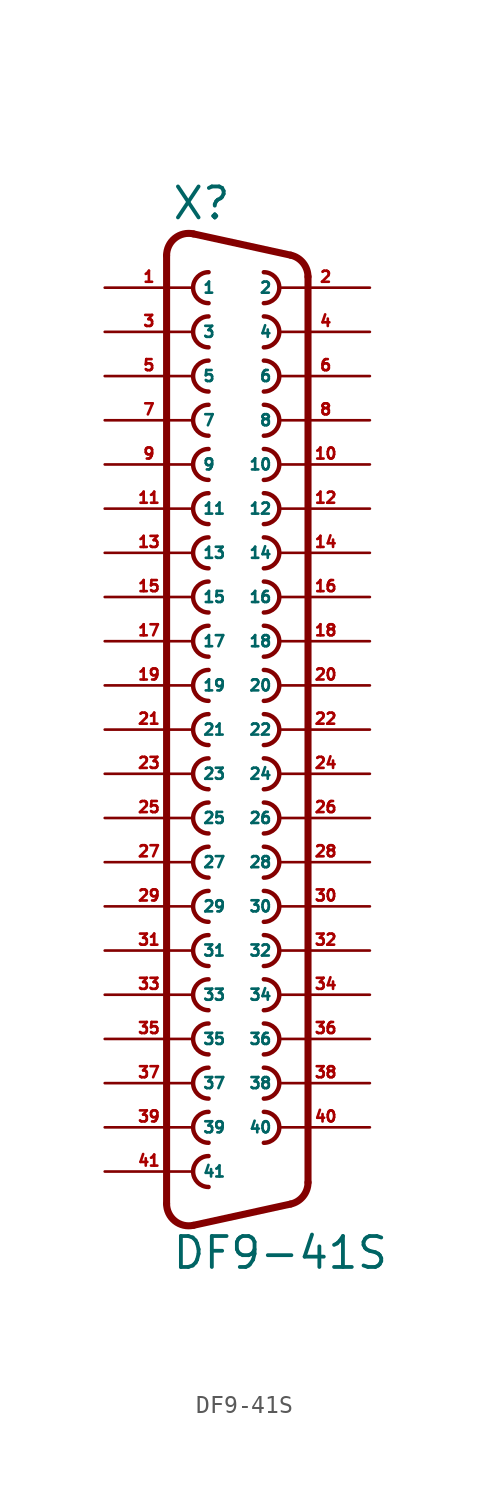
<source format=kicad_sym>
(kicad_symbol_lib
  (version 20220914)
  (generator Eagle2Kicad)
  (symbol "DF9-41S"
    (property "Reference" "X"
      (at -3.81 29.21 0)
      (effects (font (size 1.778 1.778) (thickness 0.22)) (justify left bottom)))
    (property "Value" "DF9-41S"
      (at -3.81 -31.115 0)
      (effects (font (size 1.778 1.778) (thickness 0.22)) (justify left bottom)))
    (arc
      (start -1.651 26.289)
      (mid -2.540 25.400)
      (end -1.651 24.511)
      (stroke (width 0.254) (type default))
      (fill (type none)))
    (arc
      (start 1.524 24.511)
      (mid 2.413 25.400)
      (end 1.524 26.289)
      (stroke (width 0.254) (type default))
      (fill (type none)))
    (arc
      (start -1.651 23.749)
      (mid -2.540 22.860)
      (end -1.651 21.971)
      (stroke (width 0.254) (type default))
      (fill (type none)))
    (arc
      (start 1.524 21.971)
      (mid 2.413 22.860)
      (end 1.524 23.749)
      (stroke (width 0.254) (type default))
      (fill (type none)))
    (arc
      (start -1.651 21.209)
      (mid -2.540 20.320)
      (end -1.651 19.431)
      (stroke (width 0.254) (type default))
      (fill (type none)))
    (arc
      (start 1.524 19.431)
      (mid 2.413 20.320)
      (end 1.524 21.209)
      (stroke (width 0.254) (type default))
      (fill (type none)))
    (arc
      (start -1.651 18.669)
      (mid -2.540 17.780)
      (end -1.651 16.891)
      (stroke (width 0.254) (type default))
      (fill (type none)))
    (arc
      (start 1.524 16.891)
      (mid 2.413 17.780)
      (end 1.524 18.669)
      (stroke (width 0.254) (type default))
      (fill (type none)))
    (arc
      (start -1.651 16.129)
      (mid -2.540 15.240)
      (end -1.651 14.351)
      (stroke (width 0.254) (type default))
      (fill (type none)))
    (arc
      (start 1.524 14.351)
      (mid 2.413 15.240)
      (end 1.524 16.129)
      (stroke (width 0.254) (type default))
      (fill (type none)))
    (arc
      (start -1.651 13.589)
      (mid -2.540 12.700)
      (end -1.651 11.811)
      (stroke (width 0.254) (type default))
      (fill (type none)))
    (arc
      (start 1.524 11.811)
      (mid 2.413 12.700)
      (end 1.524 13.589)
      (stroke (width 0.254) (type default))
      (fill (type none)))
    (arc
      (start -1.651 11.049)
      (mid -2.540 10.160)
      (end -1.651 9.271)
      (stroke (width 0.254) (type default))
      (fill (type none)))
    (arc
      (start 1.524 9.271)
      (mid 2.413 10.160)
      (end 1.524 11.049)
      (stroke (width 0.254) (type default))
      (fill (type none)))
    (arc
      (start -1.651 8.509)
      (mid -2.540 7.620)
      (end -1.651 6.731)
      (stroke (width 0.254) (type default))
      (fill (type none)))
    (arc
      (start 1.524 6.731)
      (mid 2.413 7.620)
      (end 1.524 8.509)
      (stroke (width 0.254) (type default))
      (fill (type none)))
    (arc
      (start -1.651 5.969)
      (mid -2.540 5.080)
      (end -1.651 4.191)
      (stroke (width 0.254) (type default))
      (fill (type none)))
    (arc
      (start 1.524 4.191)
      (mid 2.413 5.080)
      (end 1.524 5.969)
      (stroke (width 0.254) (type default))
      (fill (type none)))
    (arc
      (start -1.651 3.429)
      (mid -2.540 2.540)
      (end -1.651 1.651)
      (stroke (width 0.254) (type default))
      (fill (type none)))
    (arc
      (start 1.524 1.651)
      (mid 2.413 2.540)
      (end 1.524 3.429)
      (stroke (width 0.254) (type default))
      (fill (type none)))
    (arc
      (start -1.651 -11.811)
      (mid -2.540 -12.700)
      (end -1.651 -13.589)
      (stroke (width 0.254) (type default))
      (fill (type none)))
    (arc
      (start 1.524 -13.589)
      (mid 2.413 -12.700)
      (end 1.524 -11.811)
      (stroke (width 0.254) (type default))
      (fill (type none)))
    (arc
      (start -1.651 -14.351)
      (mid -2.540 -15.240)
      (end -1.651 -16.129)
      (stroke (width 0.254) (type default))
      (fill (type none)))
    (arc
      (start 1.524 -16.129)
      (mid 2.413 -15.240)
      (end 1.524 -14.351)
      (stroke (width 0.254) (type default))
      (fill (type none)))
    (arc
      (start -1.651 -16.891)
      (mid -2.540 -17.780)
      (end -1.651 -18.669)
      (stroke (width 0.254) (type default))
      (fill (type none)))
    (arc
      (start 1.524 -18.669)
      (mid 2.413 -17.780)
      (end 1.524 -16.891)
      (stroke (width 0.254) (type default))
      (fill (type none)))
    (arc
      (start -1.651 -19.431)
      (mid -2.540 -20.320)
      (end -1.651 -21.209)
      (stroke (width 0.254) (type default))
      (fill (type none)))
    (arc
      (start 1.524 -21.209)
      (mid 2.413 -20.320)
      (end 1.524 -19.431)
      (stroke (width 0.254) (type default))
      (fill (type none)))
    (arc
      (start -1.651 -21.971)
      (mid -2.540 -22.860)
      (end -1.651 -23.749)
      (stroke (width 0.254) (type default))
      (fill (type none)))
    (arc
      (start 1.524 -23.749)
      (mid 2.413 -22.860)
      (end 1.524 -21.971)
      (stroke (width 0.254) (type default))
      (fill (type none)))
    (arc
      (start -1.651 -24.511)
      (mid -2.540 -25.400)
      (end -1.651 -26.289)
      (stroke (width 0.254) (type default))
      (fill (type none)))
    (arc
      (start -2.5226 28.492)
      (mid -3.590 28.241)
      (end -4.064 27.2512)
      (stroke (width 0.4064) (type default))
      (fill (type none)))
    (polyline
      (pts (xy -2.523 28.492) (xy 3.065 27.269))
      (stroke (width 0.406) (type default))
      (fill (type none)))
    (arc
      (start 4.0642 26.0288)
      (mid 3.783 26.825)
      (end 3.0654 27.2695)
      (stroke (width 0.4064) (type default))
      (fill (type none)))
    (polyline
      (pts (xy 4.064 -26.029) (xy 4.064 26.029))
      (stroke (width 0.406) (type default))
      (fill (type none)))
    (arc
      (start 3.0654 -27.2694)
      (mid 3.783 -26.825)
      (end 4.064 -26.0288)
      (stroke (width 0.4064) (type default))
      (fill (type none)))
    (polyline
      (pts (xy -4.064 -27.251) (xy -4.064 27.251))
      (stroke (width 0.406) (type default))
      (fill (type none)))
    (polyline
      (pts (xy -2.523 -28.492) (xy 3.065 -27.269))
      (stroke (width 0.406) (type default))
      (fill (type none)))
    (arc
      (start -4.064 -27.2512)
      (mid -3.590 -28.241)
      (end -2.5226 -28.4919)
      (stroke (width 0.4064) (type default))
      (fill (type none)))
    (arc
      (start -1.651 0.889)
      (mid -2.540 0.000)
      (end -1.651 -0.889)
      (stroke (width 0.254) (type default))
      (fill (type none)))
    (arc
      (start -1.651 -1.651)
      (mid -2.540 -2.540)
      (end -1.651 -3.429)
      (stroke (width 0.254) (type default))
      (fill (type none)))
    (arc
      (start -1.651 -4.191)
      (mid -2.540 -5.080)
      (end -1.651 -5.969)
      (stroke (width 0.254) (type default))
      (fill (type none)))
    (arc
      (start -1.651 -6.731)
      (mid -2.540 -7.620)
      (end -1.651 -8.509)
      (stroke (width 0.254) (type default))
      (fill (type none)))
    (arc
      (start -1.651 -9.271)
      (mid -2.540 -10.160)
      (end -1.651 -11.049)
      (stroke (width 0.254) (type default))
      (fill (type none)))
    (arc
      (start 1.524 -0.889)
      (mid 2.413 0.000)
      (end 1.524 0.889)
      (stroke (width 0.254) (type default))
      (fill (type none)))
    (arc
      (start 1.524 -3.429)
      (mid 2.413 -2.540)
      (end 1.524 -1.651)
      (stroke (width 0.254) (type default))
      (fill (type none)))
    (arc
      (start 1.524 -8.509)
      (mid 2.413 -7.620)
      (end 1.524 -6.731)
      (stroke (width 0.254) (type default))
      (fill (type none)))
    (arc
      (start 1.524 -11.049)
      (mid 2.413 -10.160)
      (end 1.524 -9.271)
      (stroke (width 0.254) (type default))
      (fill (type none)))
    (arc
      (start 1.524 -5.969)
      (mid 2.413 -5.080)
      (end 1.524 -4.191)
      (stroke (width 0.254) (type default))
      (fill (type none)))
    (pin passive line
      (at -7.62 25.4 0)
      (length 5.08)
      (name "1" (effects (font (size 0.635 0.635) (thickness 0.08)) (justify left bottom)))
      (number "1" (effects (font (size 0.635 0.635) (thickness 0.08)) (justify left bottom))))
    (pin passive line
      (at 7.62 25.4 180)
      (length 5.08)
      (name "2" (effects (font (size 0.635 0.635) (thickness 0.08)) (justify left bottom)))
      (number "2" (effects (font (size 0.635 0.635) (thickness 0.08)) (justify left bottom))))
    (pin passive line
      (at -7.62 22.86 0)
      (length 5.08)
      (name "3" (effects (font (size 0.635 0.635) (thickness 0.08)) (justify left bottom)))
      (number "3" (effects (font (size 0.635 0.635) (thickness 0.08)) (justify left bottom))))
    (pin passive line
      (at 7.62 22.86 180)
      (length 5.08)
      (name "4" (effects (font (size 0.635 0.635) (thickness 0.08)) (justify left bottom)))
      (number "4" (effects (font (size 0.635 0.635) (thickness 0.08)) (justify left bottom))))
    (pin passive line
      (at -7.62 20.32 0)
      (length 5.08)
      (name "5" (effects (font (size 0.635 0.635) (thickness 0.08)) (justify left bottom)))
      (number "5" (effects (font (size 0.635 0.635) (thickness 0.08)) (justify left bottom))))
    (pin passive line
      (at 7.62 20.32 180)
      (length 5.08)
      (name "6" (effects (font (size 0.635 0.635) (thickness 0.08)) (justify left bottom)))
      (number "6" (effects (font (size 0.635 0.635) (thickness 0.08)) (justify left bottom))))
    (pin passive line
      (at -7.62 17.78 0)
      (length 5.08)
      (name "7" (effects (font (size 0.635 0.635) (thickness 0.08)) (justify left bottom)))
      (number "7" (effects (font (size 0.635 0.635) (thickness 0.08)) (justify left bottom))))
    (pin passive line
      (at 7.62 17.78 180)
      (length 5.08)
      (name "8" (effects (font (size 0.635 0.635) (thickness 0.08)) (justify left bottom)))
      (number "8" (effects (font (size 0.635 0.635) (thickness 0.08)) (justify left bottom))))
    (pin passive line
      (at -7.62 15.24 0)
      (length 5.08)
      (name "9" (effects (font (size 0.635 0.635) (thickness 0.08)) (justify left bottom)))
      (number "9" (effects (font (size 0.635 0.635) (thickness 0.08)) (justify left bottom))))
    (pin passive line
      (at 7.62 15.24 180)
      (length 5.08)
      (name "10" (effects (font (size 0.635 0.635) (thickness 0.08)) (justify left bottom)))
      (number "10" (effects (font (size 0.635 0.635) (thickness 0.08)) (justify left bottom))))
    (pin passive line
      (at -7.62 12.7 0)
      (length 5.08)
      (name "11" (effects (font (size 0.635 0.635) (thickness 0.08)) (justify left bottom)))
      (number "11" (effects (font (size 0.635 0.635) (thickness 0.08)) (justify left bottom))))
    (pin passive line
      (at 7.62 12.7 180)
      (length 5.08)
      (name "12" (effects (font (size 0.635 0.635) (thickness 0.08)) (justify left bottom)))
      (number "12" (effects (font (size 0.635 0.635) (thickness 0.08)) (justify left bottom))))
    (pin passive line
      (at -7.62 10.16 0)
      (length 5.08)
      (name "13" (effects (font (size 0.635 0.635) (thickness 0.08)) (justify left bottom)))
      (number "13" (effects (font (size 0.635 0.635) (thickness 0.08)) (justify left bottom))))
    (pin passive line
      (at 7.62 10.16 180)
      (length 5.08)
      (name "14" (effects (font (size 0.635 0.635) (thickness 0.08)) (justify left bottom)))
      (number "14" (effects (font (size 0.635 0.635) (thickness 0.08)) (justify left bottom))))
    (pin passive line
      (at -7.62 7.62 0)
      (length 5.08)
      (name "15" (effects (font (size 0.635 0.635) (thickness 0.08)) (justify left bottom)))
      (number "15" (effects (font (size 0.635 0.635) (thickness 0.08)) (justify left bottom))))
    (pin passive line
      (at 7.62 7.62 180)
      (length 5.08)
      (name "16" (effects (font (size 0.635 0.635) (thickness 0.08)) (justify left bottom)))
      (number "16" (effects (font (size 0.635 0.635) (thickness 0.08)) (justify left bottom))))
    (pin passive line
      (at -7.62 5.08 0)
      (length 5.08)
      (name "17" (effects (font (size 0.635 0.635) (thickness 0.08)) (justify left bottom)))
      (number "17" (effects (font (size 0.635 0.635) (thickness 0.08)) (justify left bottom))))
    (pin passive line
      (at 7.62 5.08 180)
      (length 5.08)
      (name "18" (effects (font (size 0.635 0.635) (thickness 0.08)) (justify left bottom)))
      (number "18" (effects (font (size 0.635 0.635) (thickness 0.08)) (justify left bottom))))
    (pin passive line
      (at -7.62 2.54 0)
      (length 5.08)
      (name "19" (effects (font (size 0.635 0.635) (thickness 0.08)) (justify left bottom)))
      (number "19" (effects (font (size 0.635 0.635) (thickness 0.08)) (justify left bottom))))
    (pin passive line
      (at 7.62 2.54 180)
      (length 5.08)
      (name "20" (effects (font (size 0.635 0.635) (thickness 0.08)) (justify left bottom)))
      (number "20" (effects (font (size 0.635 0.635) (thickness 0.08)) (justify left bottom))))
    (pin passive line
      (at -7.62 -12.7 0)
      (length 5.08)
      (name "31" (effects (font (size 0.635 0.635) (thickness 0.08)) (justify left bottom)))
      (number "31" (effects (font (size 0.635 0.635) (thickness 0.08)) (justify left bottom))))
    (pin passive line
      (at 7.62 -12.7 180)
      (length 5.08)
      (name "32" (effects (font (size 0.635 0.635) (thickness 0.08)) (justify left bottom)))
      (number "32" (effects (font (size 0.635 0.635) (thickness 0.08)) (justify left bottom))))
    (pin passive line
      (at -7.62 -15.24 0)
      (length 5.08)
      (name "33" (effects (font (size 0.635 0.635) (thickness 0.08)) (justify left bottom)))
      (number "33" (effects (font (size 0.635 0.635) (thickness 0.08)) (justify left bottom))))
    (pin passive line
      (at 7.62 -15.24 180)
      (length 5.08)
      (name "34" (effects (font (size 0.635 0.635) (thickness 0.08)) (justify left bottom)))
      (number "34" (effects (font (size 0.635 0.635) (thickness 0.08)) (justify left bottom))))
    (pin passive line
      (at -7.62 -17.78 0)
      (length 5.08)
      (name "35" (effects (font (size 0.635 0.635) (thickness 0.08)) (justify left bottom)))
      (number "35" (effects (font (size 0.635 0.635) (thickness 0.08)) (justify left bottom))))
    (pin passive line
      (at 7.62 -17.78 180)
      (length 5.08)
      (name "36" (effects (font (size 0.635 0.635) (thickness 0.08)) (justify left bottom)))
      (number "36" (effects (font (size 0.635 0.635) (thickness 0.08)) (justify left bottom))))
    (pin passive line
      (at -7.62 -20.32 0)
      (length 5.08)
      (name "37" (effects (font (size 0.635 0.635) (thickness 0.08)) (justify left bottom)))
      (number "37" (effects (font (size 0.635 0.635) (thickness 0.08)) (justify left bottom))))
    (pin passive line
      (at 7.62 -20.32 180)
      (length 5.08)
      (name "38" (effects (font (size 0.635 0.635) (thickness 0.08)) (justify left bottom)))
      (number "38" (effects (font (size 0.635 0.635) (thickness 0.08)) (justify left bottom))))
    (pin passive line
      (at -7.62 -22.86 0)
      (length 5.08)
      (name "39" (effects (font (size 0.635 0.635) (thickness 0.08)) (justify left bottom)))
      (number "39" (effects (font (size 0.635 0.635) (thickness 0.08)) (justify left bottom))))
    (pin passive line
      (at 7.62 -22.86 180)
      (length 5.08)
      (name "40" (effects (font (size 0.635 0.635) (thickness 0.08)) (justify left bottom)))
      (number "40" (effects (font (size 0.635 0.635) (thickness 0.08)) (justify left bottom))))
    (pin passive line
      (at -7.62 -25.4 0)
      (length 5.08)
      (name "41" (effects (font (size 0.635 0.635) (thickness 0.08)) (justify left bottom)))
      (number "41" (effects (font (size 0.635 0.635) (thickness 0.08)) (justify left bottom))))
    (pin passive line
      (at -7.62 -10.16 0)
      (length 5.08)
      (name "29" (effects (font (size 0.635 0.635) (thickness 0.08)) (justify left bottom)))
      (number "29" (effects (font (size 0.635 0.635) (thickness 0.08)) (justify left bottom))))
    (pin passive line
      (at -7.62 -7.62 0)
      (length 5.08)
      (name "27" (effects (font (size 0.635 0.635) (thickness 0.08)) (justify left bottom)))
      (number "27" (effects (font (size 0.635 0.635) (thickness 0.08)) (justify left bottom))))
    (pin passive line
      (at -7.62 -5.08 0)
      (length 5.08)
      (name "25" (effects (font (size 0.635 0.635) (thickness 0.08)) (justify left bottom)))
      (number "25" (effects (font (size 0.635 0.635) (thickness 0.08)) (justify left bottom))))
    (pin passive line
      (at -7.62 -2.54 0)
      (length 5.08)
      (name "23" (effects (font (size 0.635 0.635) (thickness 0.08)) (justify left bottom)))
      (number "23" (effects (font (size 0.635 0.635) (thickness 0.08)) (justify left bottom))))
    (pin passive line
      (at -7.62 0 0)
      (length 5.08)
      (name "21" (effects (font (size 0.635 0.635) (thickness 0.08)) (justify left bottom)))
      (number "21" (effects (font (size 0.635 0.635) (thickness 0.08)) (justify left bottom))))
    (pin passive line
      (at 7.62 0 180)
      (length 5.08)
      (name "22" (effects (font (size 0.635 0.635) (thickness 0.08)) (justify left bottom)))
      (number "22" (effects (font (size 0.635 0.635) (thickness 0.08)) (justify left bottom))))
    (pin passive line
      (at 7.62 -2.54 180)
      (length 5.08)
      (name "24" (effects (font (size 0.635 0.635) (thickness 0.08)) (justify left bottom)))
      (number "24" (effects (font (size 0.635 0.635) (thickness 0.08)) (justify left bottom))))
    (pin passive line
      (at 7.62 -5.08 180)
      (length 5.08)
      (name "26" (effects (font (size 0.635 0.635) (thickness 0.08)) (justify left bottom)))
      (number "26" (effects (font (size 0.635 0.635) (thickness 0.08)) (justify left bottom))))
    (pin passive line
      (at 7.62 -7.62 180)
      (length 5.08)
      (name "28" (effects (font (size 0.635 0.635) (thickness 0.08)) (justify left bottom)))
      (number "28" (effects (font (size 0.635 0.635) (thickness 0.08)) (justify left bottom))))
    (pin passive line
      (at 7.62 -10.16 180)
      (length 5.08)
      (name "30" (effects (font (size 0.635 0.635) (thickness 0.08)) (justify left bottom)))
      (number "30" (effects (font (size 0.635 0.635) (thickness 0.08)) (justify left bottom))))))
</source>
